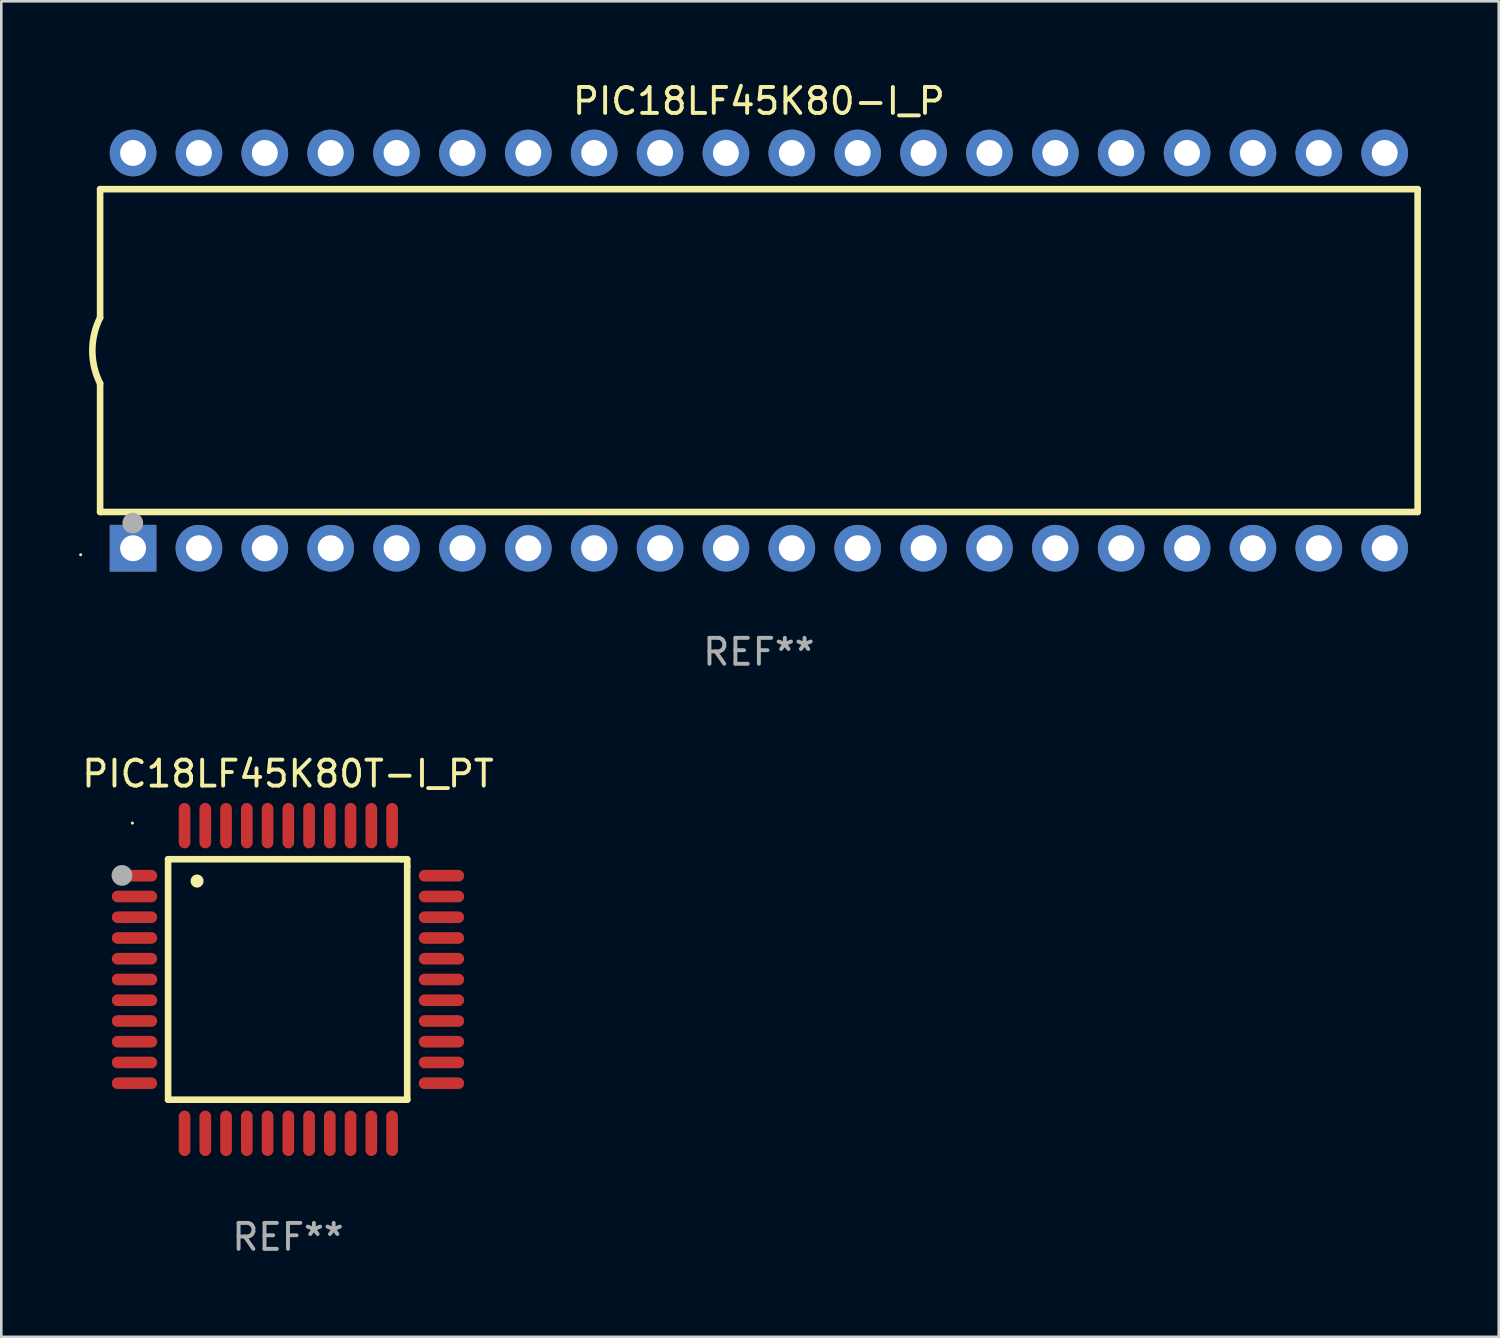
<source format=kicad_pcb>
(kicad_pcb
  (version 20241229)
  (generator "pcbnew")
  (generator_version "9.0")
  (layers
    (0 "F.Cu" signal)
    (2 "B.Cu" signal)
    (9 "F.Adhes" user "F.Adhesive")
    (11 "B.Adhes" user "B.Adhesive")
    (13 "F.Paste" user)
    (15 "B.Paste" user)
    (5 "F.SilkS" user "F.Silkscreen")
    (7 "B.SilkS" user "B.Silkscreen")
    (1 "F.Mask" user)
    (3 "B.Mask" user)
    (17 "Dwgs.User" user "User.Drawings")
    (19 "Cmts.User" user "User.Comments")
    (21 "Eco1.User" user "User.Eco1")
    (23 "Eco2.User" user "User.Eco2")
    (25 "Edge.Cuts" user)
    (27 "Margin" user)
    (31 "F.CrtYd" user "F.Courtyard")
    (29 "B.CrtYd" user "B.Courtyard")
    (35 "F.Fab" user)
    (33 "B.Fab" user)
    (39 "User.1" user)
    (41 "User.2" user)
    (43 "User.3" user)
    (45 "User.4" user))
  (footprint "PIC18LF45K80T-I_PT"
    (layer "F.Cu")
    (at 8.054 34.716)
    (property "Reference" "PIC18LF45K80T-I_PT" (at 0 -7.931 0) (layer "F.SilkS") (effects (font (size 1 1) (thickness 0.15))))
    (attr through_hole)
    (fp_line (start -4.623 -4.636) (end 4.35 -4.636) (stroke (width 0.254) (type solid)) (layer "F.SilkS"))
    (fp_line (start -4.623 4.636) (end -4.623 -4.636) (stroke (width 0.254) (type solid)) (layer "F.SilkS"))
    (fp_line (start 4.35 -4.636) (end 4.597 -4.636) (stroke (width 0.254) (type solid)) (layer "F.SilkS"))
    (fp_line (start 4.597 -4.636) (end 4.597 -4.363) (stroke (width 0.254) (type solid)) (layer "F.SilkS"))
    (fp_line (start 4.597 -4.363) (end 4.597 4.636) (stroke (width 0.254) (type solid)) (layer "F.SilkS"))
    (fp_line (start 4.597 4.636) (end -4.623 4.636) (stroke (width 0.254) (type solid)) (layer "F.SilkS"))
    (fp_arc (start -3.505207 -3.792228) (mid -3.50522 -3.794768) (end -3.505207 -3.797308) (stroke (width 0.5) (type solid)) (layer "F.SilkS"))
    (fp_circle (center -6 -6.03) (end -5.97 -6.03) (stroke (width 0.06) (type solid)) (fill no) (layer "F.SilkS"))
    (fp_circle (center -6.401 -4.013) (end -6.201 -4.013) (stroke (width 0.4) (type solid)) (fill no) (layer "F.Fab"))
    (fp_text user "REF**" (at 0 9.931 0) (layer "F.Fab") (effects (font (size 1 1) (thickness 0.15))))
    (pad "1" smd oval (at -5.918 -4.001 90) (size 0.45 1.75) (layers "F.Cu" "F.Mask" "F.Paste"))
    (pad "2" smd oval (at -5.918 -3.2 90) (size 0.45 1.75) (layers "F.Cu" "F.Mask" "F.Paste"))
    (pad "3" smd oval (at -5.918 -2.4 90) (size 0.45 1.75) (layers "F.Cu" "F.Mask" "F.Paste"))
    (pad "4" smd oval (at -5.918 -1.6 90) (size 0.45 1.75) (layers "F.Cu" "F.Mask" "F.Paste"))
    (pad "5" smd oval (at -5.918 -0.8 90) (size 0.45 1.75) (layers "F.Cu" "F.Mask" "F.Paste"))
    (pad "6" smd oval (at -5.918 0 90) (size 0.45 1.75) (layers "F.Cu" "F.Mask" "F.Paste"))
    (pad "7" smd oval (at -5.918 0.8 90) (size 0.45 1.75) (layers "F.Cu" "F.Mask" "F.Paste"))
    (pad "8" smd oval (at -5.918 1.6 90) (size 0.45 1.75) (layers "F.Cu" "F.Mask" "F.Paste"))
    (pad "9" smd oval (at -5.918 2.4 90) (size 0.45 1.75) (layers "F.Cu" "F.Mask" "F.Paste"))
    (pad "10" smd oval (at -5.918 3.2 90) (size 0.45 1.75) (layers "F.Cu" "F.Mask" "F.Paste"))
    (pad "11" smd oval (at -5.918 4.001 90) (size 0.45 1.75) (layers "F.Cu" "F.Mask" "F.Paste"))
    (pad "12" smd oval (at -3.988 5.931) (size 0.45 1.75) (layers "F.Cu" "F.Mask" "F.Paste"))
    (pad "13" smd oval (at -3.188 5.931) (size 0.45 1.75) (layers "F.Cu" "F.Mask" "F.Paste"))
    (pad "14" smd oval (at -2.388 5.931) (size 0.45 1.75) (layers "F.Cu" "F.Mask" "F.Paste"))
    (pad "15" smd oval (at -1.588 5.931) (size 0.45 1.75) (layers "F.Cu" "F.Mask" "F.Paste"))
    (pad "16" smd oval (at -0.787 5.931) (size 0.45 1.75) (layers "F.Cu" "F.Mask" "F.Paste"))
    (pad "17" smd oval (at 0.013 5.931) (size 0.45 1.75) (layers "F.Cu" "F.Mask" "F.Paste"))
    (pad "18" smd oval (at 0.813 5.931) (size 0.45 1.75) (layers "F.Cu" "F.Mask" "F.Paste"))
    (pad "19" smd oval (at 1.613 5.931) (size 0.45 1.75) (layers "F.Cu" "F.Mask" "F.Paste"))
    (pad "20" smd oval (at 2.413 5.931) (size 0.45 1.75) (layers "F.Cu" "F.Mask" "F.Paste"))
    (pad "21" smd oval (at 3.213 5.931) (size 0.45 1.75) (layers "F.Cu" "F.Mask" "F.Paste"))
    (pad "22" smd oval (at 4.013 5.931) (size 0.45 1.75) (layers "F.Cu" "F.Mask" "F.Paste"))
    (pad "23" smd oval (at 5.918 4.001 90) (size 0.45 1.75) (layers "F.Cu" "F.Mask" "F.Paste"))
    (pad "24" smd oval (at 5.918 3.2 90) (size 0.45 1.75) (layers "F.Cu" "F.Mask" "F.Paste"))
    (pad "25" smd oval (at 5.918 2.4 90) (size 0.45 1.75) (layers "F.Cu" "F.Mask" "F.Paste"))
    (pad "26" smd oval (at 5.918 1.6 90) (size 0.45 1.75) (layers "F.Cu" "F.Mask" "F.Paste"))
    (pad "27" smd oval (at 5.918 0.8 90) (size 0.45 1.75) (layers "F.Cu" "F.Mask" "F.Paste"))
    (pad "28" smd oval (at 5.918 0 90) (size 0.45 1.75) (layers "F.Cu" "F.Mask" "F.Paste"))
    (pad "29" smd oval (at 5.918 -0.8 90) (size 0.45 1.75) (layers "F.Cu" "F.Mask" "F.Paste"))
    (pad "30" smd oval (at 5.918 -1.6 90) (size 0.45 1.75) (layers "F.Cu" "F.Mask" "F.Paste"))
    (pad "31" smd oval (at 5.918 -2.4 90) (size 0.45 1.75) (layers "F.Cu" "F.Mask" "F.Paste"))
    (pad "32" smd oval (at 5.918 -3.2 90) (size 0.45 1.75) (layers "F.Cu" "F.Mask" "F.Paste"))
    (pad "33" smd oval (at 5.918 -4.001 90) (size 0.45 1.75) (layers "F.Cu" "F.Mask" "F.Paste"))
    (pad "34" smd oval (at 4.013 -5.931) (size 0.45 1.75) (layers "F.Cu" "F.Mask" "F.Paste"))
    (pad "35" smd oval (at 3.213 -5.931) (size 0.45 1.75) (layers "F.Cu" "F.Mask" "F.Paste"))
    (pad "36" smd oval (at 2.413 -5.931) (size 0.45 1.75) (layers "F.Cu" "F.Mask" "F.Paste"))
    (pad "37" smd oval (at 1.613 -5.931) (size 0.45 1.75) (layers "F.Cu" "F.Mask" "F.Paste"))
    (pad "38" smd oval (at 0.813 -5.931) (size 0.45 1.75) (layers "F.Cu" "F.Mask" "F.Paste"))
    (pad "39" smd oval (at 0.013 -5.931) (size 0.45 1.75) (layers "F.Cu" "F.Mask" "F.Paste"))
    (pad "40" smd oval (at -0.787 -5.931) (size 0.45 1.75) (layers "F.Cu" "F.Mask" "F.Paste"))
    (pad "41" smd oval (at -1.588 -5.931) (size 0.45 1.75) (layers "F.Cu" "F.Mask" "F.Paste"))
    (pad "42" smd oval (at -2.388 -5.931) (size 0.45 1.75) (layers "F.Cu" "F.Mask" "F.Paste"))
    (pad "43" smd oval (at -3.188 -5.931) (size 0.45 1.75) (layers "F.Cu" "F.Mask" "F.Paste"))
    (pad "44" smd oval (at -3.988 -5.931) (size 0.45 1.75) (layers "F.Cu" "F.Mask" "F.Paste")))
  (footprint "PIC18LF45K80-I_P"
    (layer "F.Cu")
    (at 26.21 10.468)
    (property "Reference" "PIC18LF45K80-I_P" (at 0 -9.62 0) (layer "F.SilkS") (effects (font (size 1 1) (thickness 0.15))))
    (attr through_hole)
    (fp_line (start -25.4 -6.224) (end -25.4 -1.271) (stroke (width 0.254) (type solid)) (layer "F.SilkS"))
    (fp_line (start -25.4 -6.224) (end 25.4 -6.224) (stroke (width 0.254) (type solid)) (layer "F.SilkS"))
    (fp_line (start -25.4 1.269) (end -25.4 6.222) (stroke (width 0.254) (type solid)) (layer "F.SilkS"))
    (fp_line (start -25.4 6.222) (end 25.4 6.222) (stroke (width 0.254) (type solid)) (layer "F.SilkS"))
    (fp_line (start 25.4 6.222) (end 25.4 -6.224) (stroke (width 0.254) (type solid)) (layer "F.SilkS"))
    (fp_arc (start -25.4 1.269241) (mid -25.699807 -0.000762) (end -25.4 -1.270765) (stroke (width 0.254001) (type solid)) (layer "F.SilkS"))
    (fp_circle (center -26.15 7.87) (end -26.12 7.87) (stroke (width 0.06) (type solid)) (fill no) (layer "F.SilkS"))
    (fp_circle (center -24.14 6.65) (end -23.94 6.65) (stroke (width 0.4) (type solid)) (fill no) (layer "F.Fab"))
    (fp_text user "REF**" (at 0 11.62 0) (layer "F.Fab") (effects (font (size 1 1) (thickness 0.15))))
    (pad "1" thru_hole rect (at -24.13 7.62 90) (size 1.8 1.8) (drill 1) (layers "*.Cu" "*.Mask"))
    (pad "2" thru_hole circle (at -21.59 7.62) (size 1.8 1.8) (drill 1) (layers "*.Cu" "*.Mask"))
    (pad "3" thru_hole circle (at -19.05 7.62) (size 1.8 1.8) (drill 1) (layers "*.Cu" "*.Mask"))
    (pad "4" thru_hole circle (at -16.51 7.62) (size 1.8 1.8) (drill 1) (layers "*.Cu" "*.Mask"))
    (pad "5" thru_hole circle (at -13.97 7.62) (size 1.8 1.8) (drill 1) (layers "*.Cu" "*.Mask"))
    (pad "6" thru_hole circle (at -11.43 7.62) (size 1.8 1.8) (drill 1) (layers "*.Cu" "*.Mask"))
    (pad "7" thru_hole circle (at -8.89 7.62) (size 1.8 1.8) (drill 1) (layers "*.Cu" "*.Mask"))
    (pad "8" thru_hole circle (at -6.35 7.62) (size 1.8 1.8) (drill 1) (layers "*.Cu" "*.Mask"))
    (pad "9" thru_hole circle (at -3.81 7.62) (size 1.8 1.8) (drill 1) (layers "*.Cu" "*.Mask"))
    (pad "10" thru_hole circle (at -1.27 7.62) (size 1.8 1.8) (drill 1) (layers "*.Cu" "*.Mask"))
    (pad "11" thru_hole circle (at 1.27 7.62) (size 1.8 1.8) (drill 1) (layers "*.Cu" "*.Mask"))
    (pad "12" thru_hole circle (at 3.81 7.62) (size 1.8 1.8) (drill 1) (layers "*.Cu" "*.Mask"))
    (pad "13" thru_hole circle (at 6.35 7.62) (size 1.8 1.8) (drill 1) (layers "*.Cu" "*.Mask"))
    (pad "14" thru_hole circle (at 8.89 7.62) (size 1.8 1.8) (drill 1) (layers "*.Cu" "*.Mask"))
    (pad "15" thru_hole circle (at 11.43 7.62) (size 1.8 1.8) (drill 1) (layers "*.Cu" "*.Mask"))
    (pad "16" thru_hole circle (at 13.97 7.62) (size 1.8 1.8) (drill 1) (layers "*.Cu" "*.Mask"))
    (pad "17" thru_hole circle (at 16.51 7.62) (size 1.8 1.8) (drill 1) (layers "*.Cu" "*.Mask"))
    (pad "18" thru_hole circle (at 19.05 7.62) (size 1.8 1.8) (drill 1) (layers "*.Cu" "*.Mask"))
    (pad "19" thru_hole circle (at 21.59 7.62) (size 1.8 1.8) (drill 1) (layers "*.Cu" "*.Mask"))
    (pad "20" thru_hole circle (at 24.13 7.62) (size 1.8 1.8) (drill 1) (layers "*.Cu" "*.Mask"))
    (pad "21" thru_hole circle (at 24.13 -7.62) (size 1.8 1.8) (drill 1) (layers "*.Cu" "*.Mask"))
    (pad "22" thru_hole circle (at 21.59 -7.62) (size 1.8 1.8) (drill 1) (layers "*.Cu" "*.Mask"))
    (pad "23" thru_hole circle (at 19.05 -7.62) (size 1.8 1.8) (drill 1) (layers "*.Cu" "*.Mask"))
    (pad "24" thru_hole circle (at 16.51 -7.62) (size 1.8 1.8) (drill 1) (layers "*.Cu" "*.Mask"))
    (pad "25" thru_hole circle (at 13.97 -7.62) (size 1.8 1.8) (drill 1) (layers "*.Cu" "*.Mask"))
    (pad "26" thru_hole circle (at 11.43 -7.62) (size 1.8 1.8) (drill 1) (layers "*.Cu" "*.Mask"))
    (pad "27" thru_hole circle (at 8.89 -7.62) (size 1.8 1.8) (drill 1) (layers "*.Cu" "*.Mask"))
    (pad "28" thru_hole circle (at 6.35 -7.62) (size 1.8 1.8) (drill 1) (layers "*.Cu" "*.Mask"))
    (pad "29" thru_hole circle (at 3.81 -7.62) (size 1.8 1.8) (drill 1) (layers "*.Cu" "*.Mask"))
    (pad "30" thru_hole circle (at 1.27 -7.62) (size 1.8 1.8) (drill 1) (layers "*.Cu" "*.Mask"))
    (pad "31" thru_hole circle (at -1.27 -7.62) (size 1.8 1.8) (drill 1) (layers "*.Cu" "*.Mask"))
    (pad "32" thru_hole circle (at -3.81 -7.62) (size 1.8 1.8) (drill 1) (layers "*.Cu" "*.Mask"))
    (pad "33" thru_hole circle (at -6.35 -7.62) (size 1.8 1.8) (drill 1) (layers "*.Cu" "*.Mask"))
    (pad "34" thru_hole circle (at -8.89 -7.62) (size 1.8 1.8) (drill 1) (layers "*.Cu" "*.Mask"))
    (pad "35" thru_hole circle (at -11.43 -7.62) (size 1.8 1.8) (drill 1) (layers "*.Cu" "*.Mask"))
    (pad "36" thru_hole circle (at -13.97 -7.62) (size 1.8 1.8) (drill 1) (layers "*.Cu" "*.Mask"))
    (pad "37" thru_hole circle (at -16.51 -7.62) (size 1.8 1.8) (drill 1) (layers "*.Cu" "*.Mask"))
    (pad "38" thru_hole circle (at -19.05 -7.62) (size 1.8 1.8) (drill 1) (layers "*.Cu" "*.Mask"))
    (pad "39" thru_hole circle (at -21.59 -7.62) (size 1.8 1.8) (drill 1) (layers "*.Cu" "*.Mask"))
    (pad "40" thru_hole circle (at -24.13 -7.62) (size 1.8 1.8) (drill 1) (layers "*.Cu" "*.Mask")))
  (gr_rect
    (start -3 -3)
    (end 54.737 48.495)
    (stroke (width 0.1) (type default))
    (fill no)
    (layer "Edge.Cuts")))
</source>
